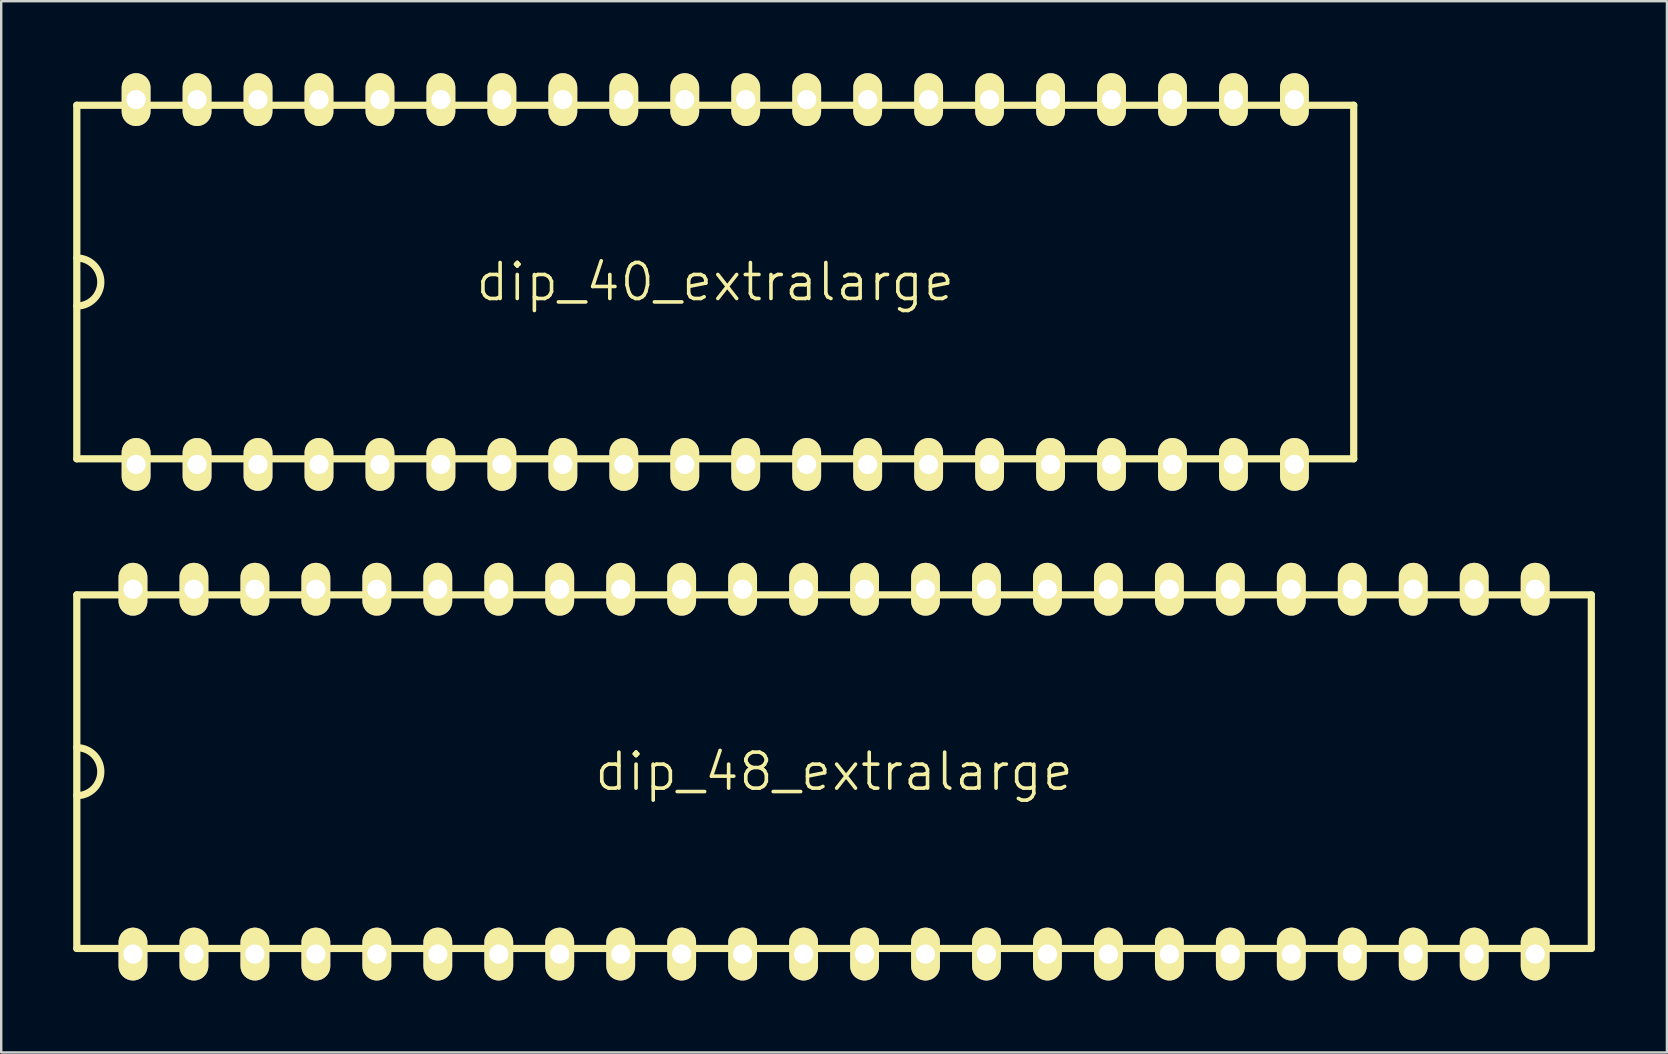
<source format=kicad_pcb>
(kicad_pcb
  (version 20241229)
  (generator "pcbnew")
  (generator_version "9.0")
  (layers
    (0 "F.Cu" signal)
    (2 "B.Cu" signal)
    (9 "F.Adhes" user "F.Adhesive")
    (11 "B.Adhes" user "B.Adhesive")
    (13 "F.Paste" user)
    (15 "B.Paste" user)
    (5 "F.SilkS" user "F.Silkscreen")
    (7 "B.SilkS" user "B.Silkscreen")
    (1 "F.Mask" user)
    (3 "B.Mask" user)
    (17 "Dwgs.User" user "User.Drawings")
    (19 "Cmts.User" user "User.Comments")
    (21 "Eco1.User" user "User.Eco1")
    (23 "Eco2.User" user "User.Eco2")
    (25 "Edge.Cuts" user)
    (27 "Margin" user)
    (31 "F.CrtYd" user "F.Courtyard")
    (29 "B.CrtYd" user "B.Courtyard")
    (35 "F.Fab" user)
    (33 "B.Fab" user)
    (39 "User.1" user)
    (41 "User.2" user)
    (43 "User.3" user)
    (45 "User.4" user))
  (footprint "dip_40_extralarge"
    (layer "F.Cu")
    (at 26.75 8.7)
    (property "Reference" "dip_40_extralarge" (at 0 0 0) (layer "F.SilkS") (effects (font (size 1.5 1.5) (thickness 0.15))))
    (attr through_hole)
    (fp_line (start -26.6 -7.365) (end 26.6 -7.365) (stroke (width 0.3) (type solid)) (layer "F.SilkS"))
    (fp_line (start -26.6 7.365) (end -26.6 -7.365) (stroke (width 0.3) (type solid)) (layer "F.SilkS"))
    (fp_line (start 26.6 -7.365) (end 26.6 7.365) (stroke (width 0.3) (type solid)) (layer "F.SilkS"))
    (fp_line (start 26.6 7.365) (end -26.6 7.365) (stroke (width 0.3) (type solid)) (layer "F.SilkS"))
    (fp_arc (start -26.6 -1) (mid -25.6 0) (end -26.6 1) (stroke (width 0.3) (type solid)) (layer "F.SilkS"))
    (pad "1" thru_hole oval (at -24.13 7.6) (size 1.2 2.2) (drill 0.8) (layers "*.Cu" "*.Mask" "F.SilkS"))
    (pad "2" thru_hole oval (at -21.59 7.6) (size 1.2 2.2) (drill 0.8) (layers "*.Cu" "*.Mask" "F.SilkS"))
    (pad "3" thru_hole oval (at -19.05 7.6) (size 1.2 2.2) (drill 0.8) (layers "*.Cu" "*.Mask" "F.SilkS"))
    (pad "4" thru_hole oval (at -16.51 7.6) (size 1.2 2.2) (drill 0.8) (layers "*.Cu" "*.Mask" "F.SilkS"))
    (pad "5" thru_hole oval (at -13.97 7.6) (size 1.2 2.2) (drill 0.8) (layers "*.Cu" "*.Mask" "F.SilkS"))
    (pad "6" thru_hole oval (at -11.43 7.6) (size 1.2 2.2) (drill 0.8) (layers "*.Cu" "*.Mask" "F.SilkS"))
    (pad "7" thru_hole oval (at -8.89 7.6) (size 1.2 2.2) (drill 0.8) (layers "*.Cu" "*.Mask" "F.SilkS"))
    (pad "8" thru_hole oval (at -6.35 7.6) (size 1.2 2.2) (drill 0.8) (layers "*.Cu" "*.Mask" "F.SilkS"))
    (pad "9" thru_hole oval (at -3.81 7.6) (size 1.2 2.2) (drill 0.8) (layers "*.Cu" "*.Mask" "F.SilkS"))
    (pad "10" thru_hole oval (at -1.27 7.6) (size 1.2 2.2) (drill 0.8) (layers "*.Cu" "*.Mask" "F.SilkS"))
    (pad "11" thru_hole oval (at 1.27 7.6) (size 1.2 2.2) (drill 0.8) (layers "*.Cu" "*.Mask" "F.SilkS"))
    (pad "12" thru_hole oval (at 3.81 7.6) (size 1.2 2.2) (drill 0.8) (layers "*.Cu" "*.Mask" "F.SilkS"))
    (pad "13" thru_hole oval (at 6.35 7.6) (size 1.2 2.2) (drill 0.8) (layers "*.Cu" "*.Mask" "F.SilkS"))
    (pad "14" thru_hole oval (at 8.89 7.6) (size 1.2 2.2) (drill 0.8) (layers "*.Cu" "*.Mask" "F.SilkS"))
    (pad "15" thru_hole oval (at 11.43 7.6) (size 1.2 2.2) (drill 0.8) (layers "*.Cu" "*.Mask" "F.SilkS"))
    (pad "16" thru_hole oval (at 13.97 7.6) (size 1.2 2.2) (drill 0.8) (layers "*.Cu" "*.Mask" "F.SilkS"))
    (pad "17" thru_hole oval (at 16.51 7.6) (size 1.2 2.2) (drill 0.8) (layers "*.Cu" "*.Mask" "F.SilkS"))
    (pad "18" thru_hole oval (at 19.05 7.6) (size 1.2 2.2) (drill 0.8) (layers "*.Cu" "*.Mask" "F.SilkS"))
    (pad "19" thru_hole oval (at 21.59 7.6) (size 1.2 2.2) (drill 0.8) (layers "*.Cu" "*.Mask" "F.SilkS"))
    (pad "20" thru_hole oval (at 24.13 7.6) (size 1.2 2.2) (drill 0.8) (layers "*.Cu" "*.Mask" "F.SilkS"))
    (pad "21" thru_hole oval (at 24.13 -7.6) (size 1.2 2.2) (drill 0.8) (layers "*.Cu" "*.Mask" "F.SilkS"))
    (pad "22" thru_hole oval (at 21.59 -7.6) (size 1.2 2.2) (drill 0.8) (layers "*.Cu" "*.Mask" "F.SilkS"))
    (pad "23" thru_hole oval (at 19.05 -7.6) (size 1.2 2.2) (drill 0.8) (layers "*.Cu" "*.Mask" "F.SilkS"))
    (pad "24" thru_hole oval (at 16.51 -7.6) (size 1.2 2.2) (drill 0.8) (layers "*.Cu" "*.Mask" "F.SilkS"))
    (pad "25" thru_hole oval (at 13.97 -7.6) (size 1.2 2.2) (drill 0.8) (layers "*.Cu" "*.Mask" "F.SilkS"))
    (pad "26" thru_hole oval (at 11.43 -7.6) (size 1.2 2.2) (drill 0.8) (layers "*.Cu" "*.Mask" "F.SilkS"))
    (pad "27" thru_hole oval (at 8.89 -7.6) (size 1.2 2.2) (drill 0.8) (layers "*.Cu" "*.Mask" "F.SilkS"))
    (pad "28" thru_hole oval (at 6.35 -7.6) (size 1.2 2.2) (drill 0.8) (layers "*.Cu" "*.Mask" "F.SilkS"))
    (pad "29" thru_hole oval (at 3.81 -7.6) (size 1.2 2.2) (drill 0.8) (layers "*.Cu" "*.Mask" "F.SilkS"))
    (pad "30" thru_hole oval (at 1.27 -7.6) (size 1.2 2.2) (drill 0.8) (layers "*.Cu" "*.Mask" "F.SilkS"))
    (pad "31" thru_hole oval (at -1.27 -7.6) (size 1.2 2.2) (drill 0.8) (layers "*.Cu" "*.Mask" "F.SilkS"))
    (pad "32" thru_hole oval (at -3.81 -7.6) (size 1.2 2.2) (drill 0.8) (layers "*.Cu" "*.Mask" "F.SilkS"))
    (pad "33" thru_hole oval (at -6.35 -7.6) (size 1.2 2.2) (drill 0.8) (layers "*.Cu" "*.Mask" "F.SilkS"))
    (pad "34" thru_hole oval (at -8.89 -7.6) (size 1.2 2.2) (drill 0.8) (layers "*.Cu" "*.Mask" "F.SilkS"))
    (pad "35" thru_hole oval (at -11.43 -7.6) (size 1.2 2.2) (drill 0.8) (layers "*.Cu" "*.Mask" "F.SilkS"))
    (pad "36" thru_hole oval (at -13.97 -7.6) (size 1.2 2.2) (drill 0.8) (layers "*.Cu" "*.Mask" "F.SilkS"))
    (pad "37" thru_hole oval (at -16.51 -7.6) (size 1.2 2.2) (drill 0.8) (layers "*.Cu" "*.Mask" "F.SilkS"))
    (pad "38" thru_hole oval (at -19.05 -7.6) (size 1.2 2.2) (drill 0.8) (layers "*.Cu" "*.Mask" "F.SilkS"))
    (pad "39" thru_hole oval (at -21.59 -7.6) (size 1.2 2.2) (drill 0.8) (layers "*.Cu" "*.Mask" "F.SilkS"))
    (pad "40" thru_hole oval (at -24.13 -7.6) (size 1.2 2.2) (drill 0.8) (layers "*.Cu" "*.Mask" "F.SilkS")))
  (footprint "dip_48_extralarge"
    (layer "F.Cu")
    (at 31.7 29.1)
    (property "Reference" "dip_48_extralarge" (at 0 0 0) (layer "F.SilkS") (effects (font (size 1.5 1.5) (thickness 0.15))))
    (attr through_hole)
    (fp_line (start -31.55 -7.365) (end 31.55 -7.365) (stroke (width 0.3) (type solid)) (layer "F.SilkS"))
    (fp_line (start -31.55 7.365) (end -31.55 -7.365) (stroke (width 0.3) (type solid)) (layer "F.SilkS"))
    (fp_line (start 31.55 -7.365) (end 31.55 7.365) (stroke (width 0.3) (type solid)) (layer "F.SilkS"))
    (fp_line (start 31.55 7.365) (end -31.55 7.365) (stroke (width 0.3) (type solid)) (layer "F.SilkS"))
    (fp_arc (start -31.55 -1) (mid -30.55 0) (end -31.55 1) (stroke (width 0.3) (type solid)) (layer "F.SilkS"))
    (pad "1" thru_hole oval (at -29.21 7.6) (size 1.2 2.2) (drill 0.8) (layers "*.Cu" "*.Mask" "F.SilkS"))
    (pad "2" thru_hole oval (at -26.67 7.6) (size 1.2 2.2) (drill 0.8) (layers "*.Cu" "*.Mask" "F.SilkS"))
    (pad "3" thru_hole oval (at -24.13 7.6) (size 1.2 2.2) (drill 0.8) (layers "*.Cu" "*.Mask" "F.SilkS"))
    (pad "4" thru_hole oval (at -21.59 7.6) (size 1.2 2.2) (drill 0.8) (layers "*.Cu" "*.Mask" "F.SilkS"))
    (pad "5" thru_hole oval (at -19.05 7.6) (size 1.2 2.2) (drill 0.8) (layers "*.Cu" "*.Mask" "F.SilkS"))
    (pad "6" thru_hole oval (at -16.51 7.6) (size 1.2 2.2) (drill 0.8) (layers "*.Cu" "*.Mask" "F.SilkS"))
    (pad "7" thru_hole oval (at -13.97 7.6) (size 1.2 2.2) (drill 0.8) (layers "*.Cu" "*.Mask" "F.SilkS"))
    (pad "8" thru_hole oval (at -11.43 7.6) (size 1.2 2.2) (drill 0.8) (layers "*.Cu" "*.Mask" "F.SilkS"))
    (pad "9" thru_hole oval (at -8.89 7.6) (size 1.2 2.2) (drill 0.8) (layers "*.Cu" "*.Mask" "F.SilkS"))
    (pad "10" thru_hole oval (at -6.35 7.6) (size 1.2 2.2) (drill 0.8) (layers "*.Cu" "*.Mask" "F.SilkS"))
    (pad "11" thru_hole oval (at -3.81 7.6) (size 1.2 2.2) (drill 0.8) (layers "*.Cu" "*.Mask" "F.SilkS"))
    (pad "12" thru_hole oval (at -1.27 7.6) (size 1.2 2.2) (drill 0.8) (layers "*.Cu" "*.Mask" "F.SilkS"))
    (pad "13" thru_hole oval (at 1.27 7.6) (size 1.2 2.2) (drill 0.8) (layers "*.Cu" "*.Mask" "F.SilkS"))
    (pad "14" thru_hole oval (at 3.81 7.6) (size 1.2 2.2) (drill 0.8) (layers "*.Cu" "*.Mask" "F.SilkS"))
    (pad "15" thru_hole oval (at 6.35 7.6) (size 1.2 2.2) (drill 0.8) (layers "*.Cu" "*.Mask" "F.SilkS"))
    (pad "16" thru_hole oval (at 8.89 7.6) (size 1.2 2.2) (drill 0.8) (layers "*.Cu" "*.Mask" "F.SilkS"))
    (pad "17" thru_hole oval (at 11.43 7.6) (size 1.2 2.2) (drill 0.8) (layers "*.Cu" "*.Mask" "F.SilkS"))
    (pad "18" thru_hole oval (at 13.97 7.6) (size 1.2 2.2) (drill 0.8) (layers "*.Cu" "*.Mask" "F.SilkS"))
    (pad "19" thru_hole oval (at 16.51 7.6) (size 1.2 2.2) (drill 0.8) (layers "*.Cu" "*.Mask" "F.SilkS"))
    (pad "20" thru_hole oval (at 19.05 7.6) (size 1.2 2.2) (drill 0.8) (layers "*.Cu" "*.Mask" "F.SilkS"))
    (pad "21" thru_hole oval (at 21.59 7.6) (size 1.2 2.2) (drill 0.8) (layers "*.Cu" "*.Mask" "F.SilkS"))
    (pad "22" thru_hole oval (at 24.13 7.6) (size 1.2 2.2) (drill 0.8) (layers "*.Cu" "*.Mask" "F.SilkS"))
    (pad "23" thru_hole oval (at 26.67 7.6) (size 1.2 2.2) (drill 0.8) (layers "*.Cu" "*.Mask" "F.SilkS"))
    (pad "24" thru_hole oval (at 29.21 7.6) (size 1.2 2.2) (drill 0.8) (layers "*.Cu" "*.Mask" "F.SilkS"))
    (pad "25" thru_hole oval (at 29.21 -7.6) (size 1.2 2.2) (drill 0.8) (layers "*.Cu" "*.Mask" "F.SilkS"))
    (pad "26" thru_hole oval (at 26.67 -7.6) (size 1.2 2.2) (drill 0.8) (layers "*.Cu" "*.Mask" "F.SilkS"))
    (pad "27" thru_hole oval (at 24.13 -7.6) (size 1.2 2.2) (drill 0.8) (layers "*.Cu" "*.Mask" "F.SilkS"))
    (pad "28" thru_hole oval (at 21.59 -7.6) (size 1.2 2.2) (drill 0.8) (layers "*.Cu" "*.Mask" "F.SilkS"))
    (pad "29" thru_hole oval (at 19.05 -7.6) (size 1.2 2.2) (drill 0.8) (layers "*.Cu" "*.Mask" "F.SilkS"))
    (pad "30" thru_hole oval (at 16.51 -7.6) (size 1.2 2.2) (drill 0.8) (layers "*.Cu" "*.Mask" "F.SilkS"))
    (pad "31" thru_hole oval (at 13.97 -7.6) (size 1.2 2.2) (drill 0.8) (layers "*.Cu" "*.Mask" "F.SilkS"))
    (pad "32" thru_hole oval (at 11.43 -7.6) (size 1.2 2.2) (drill 0.8) (layers "*.Cu" "*.Mask" "F.SilkS"))
    (pad "33" thru_hole oval (at 8.89 -7.6) (size 1.2 2.2) (drill 0.8) (layers "*.Cu" "*.Mask" "F.SilkS"))
    (pad "34" thru_hole oval (at 6.35 -7.6) (size 1.2 2.2) (drill 0.8) (layers "*.Cu" "*.Mask" "F.SilkS"))
    (pad "35" thru_hole oval (at 3.81 -7.6) (size 1.2 2.2) (drill 0.8) (layers "*.Cu" "*.Mask" "F.SilkS"))
    (pad "36" thru_hole oval (at 1.27 -7.6) (size 1.2 2.2) (drill 0.8) (layers "*.Cu" "*.Mask" "F.SilkS"))
    (pad "37" thru_hole oval (at -1.27 -7.6) (size 1.2 2.2) (drill 0.8) (layers "*.Cu" "*.Mask" "F.SilkS"))
    (pad "38" thru_hole oval (at -3.81 -7.6) (size 1.2 2.2) (drill 0.8) (layers "*.Cu" "*.Mask" "F.SilkS"))
    (pad "39" thru_hole oval (at -6.35 -7.6) (size 1.2 2.2) (drill 0.8) (layers "*.Cu" "*.Mask" "F.SilkS"))
    (pad "40" thru_hole oval (at -8.89 -7.6) (size 1.2 2.2) (drill 0.8) (layers "*.Cu" "*.Mask" "F.SilkS"))
    (pad "41" thru_hole oval (at -11.43 -7.6) (size 1.2 2.2) (drill 0.8) (layers "*.Cu" "*.Mask" "F.SilkS"))
    (pad "42" thru_hole oval (at -13.97 -7.6) (size 1.2 2.2) (drill 0.8) (layers "*.Cu" "*.Mask" "F.SilkS"))
    (pad "43" thru_hole oval (at -16.51 -7.6) (size 1.2 2.2) (drill 0.8) (layers "*.Cu" "*.Mask" "F.SilkS"))
    (pad "44" thru_hole oval (at -19.05 -7.6) (size 1.2 2.2) (drill 0.8) (layers "*.Cu" "*.Mask" "F.SilkS"))
    (pad "45" thru_hole oval (at -21.59 -7.6) (size 1.2 2.2) (drill 0.8) (layers "*.Cu" "*.Mask" "F.SilkS"))
    (pad "46" thru_hole oval (at -24.13 -7.6) (size 1.2 2.2) (drill 0.8) (layers "*.Cu" "*.Mask" "F.SilkS"))
    (pad "47" thru_hole oval (at -26.67 -7.6) (size 1.2 2.2) (drill 0.8) (layers "*.Cu" "*.Mask" "F.SilkS"))
    (pad "48" thru_hole oval (at -29.21 -7.6) (size 1.2 2.2) (drill 0.8) (layers "*.Cu" "*.Mask" "F.SilkS")))
  (gr_rect
    (start -3 -3)
    (end 66.4 40.8)
    (stroke (width 0.1) (type default))
    (fill no)
    (layer "Edge.Cuts")))
</source>
